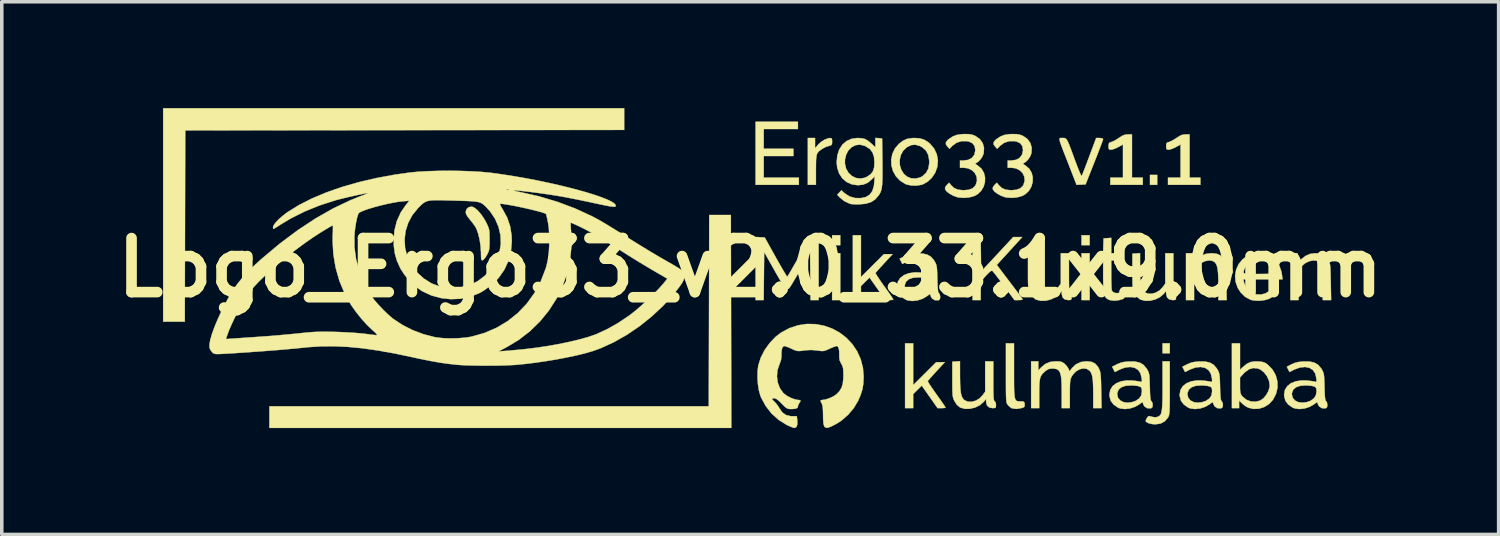
<source format=kicad_pcb>
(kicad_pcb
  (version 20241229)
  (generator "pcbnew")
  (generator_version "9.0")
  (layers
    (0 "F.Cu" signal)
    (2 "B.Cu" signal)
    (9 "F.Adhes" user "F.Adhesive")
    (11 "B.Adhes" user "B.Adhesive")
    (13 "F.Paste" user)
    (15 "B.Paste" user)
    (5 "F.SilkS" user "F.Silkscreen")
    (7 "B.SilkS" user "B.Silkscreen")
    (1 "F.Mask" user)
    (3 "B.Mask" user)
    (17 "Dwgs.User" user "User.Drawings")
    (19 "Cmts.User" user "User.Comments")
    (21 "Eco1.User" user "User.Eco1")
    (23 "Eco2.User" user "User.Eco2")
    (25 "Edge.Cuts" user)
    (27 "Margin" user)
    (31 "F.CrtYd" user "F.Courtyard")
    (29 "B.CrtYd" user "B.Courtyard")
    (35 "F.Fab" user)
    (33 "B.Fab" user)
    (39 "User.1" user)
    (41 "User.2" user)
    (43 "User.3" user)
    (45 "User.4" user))
  (footprint "Logo_Ergo33_v2.0_33.1x9.0mm"
    (layer "F.Cu")
    (at 18.114 4.501)
    (property "Reference" "Logo_Ergo33_v2.0_33.1x9.0mm" (at 0 0 0) (layer "F.SilkS") (effects (font (size 1.524 1.524) (thickness 0.3))))
    (attr through_hole)
    (fp_poly (pts (xy 2.54 -0.635) (xy 2.311 -0.635) (xy 2.311 -0.914) (xy 2.54 -0.914) (xy 2.54 -0.635)) (stroke (width 0.01) (type solid)) (fill yes) (layer "F.SilkS"))
    (fp_poly (pts (xy 2.54 0.914) (xy 2.311 0.914) (xy 2.311 -0.406) (xy 2.54 -0.406) (xy 2.54 0.914)) (stroke (width 0.01) (type solid)) (fill yes) (layer "F.SilkS"))
    (fp_poly (pts (xy 9.576 -0.635) (xy 9.347 -0.635) (xy 9.347 -0.914) (xy 9.576 -0.914) (xy 9.576 -0.635)) (stroke (width 0.01) (type solid)) (fill yes) (layer "F.SilkS"))
    (fp_poly (pts (xy 9.576 0.914) (xy 9.347 0.914) (xy 9.347 -0.406) (xy 9.576 -0.406) (xy 9.576 0.914)) (stroke (width 0.01) (type solid)) (fill yes) (layer "F.SilkS"))
    (fp_poly (pts (xy 11.481 -2.337) (xy 11.278 -2.337) (xy 11.278 -2.616) (xy 11.481 -2.616) (xy 11.481 -2.337)) (stroke (width 0.01) (type solid)) (fill yes) (layer "F.SilkS"))
    (fp_poly (pts (xy 11.836 2.413) (xy 11.633 2.413) (xy 11.633 2.134) (xy 11.836 2.134) (xy 11.836 2.413)) (stroke (width 0.01) (type solid)) (fill yes) (layer "F.SilkS"))
    (fp_poly (pts (xy -0.533 4.521) (xy -13.564 4.521) (xy -13.564 3.912) (xy -1.169 3.912) (xy -1.162 1.213) (xy -1.156 -1.486) (xy -0.546 -1.486) (xy -0.533 4.521)) (stroke (width 0.01) (type solid)) (fill yes) (layer "F.SilkS"))
    (fp_poly (pts (xy -3.556 -3.886) (xy -9.747 -3.88) (xy -15.938 -3.873) (xy -15.945 -1.175) (xy -15.951 1.524) (xy -16.561 1.524) (xy -16.561 -4.496) (xy -3.556 -4.496) (xy -3.556 -3.886)) (stroke (width 0.01) (type solid)) (fill yes) (layer "F.SilkS"))
    (fp_poly (pts (xy 1.346 -3.912) (xy 0.381 -3.912) (xy 0.381 -3.353) (xy 1.219 -3.353) (xy 1.219 -3.15) (xy 0.381 -3.15) (xy 0.381 -2.54) (xy 1.372 -2.54) (xy 1.372 -2.337) (xy 0.152 -2.337) (xy 0.152 -4.115) (xy 1.346 -4.115) (xy 1.346 -3.912)) (stroke (width 0.01) (type solid)) (fill yes) (layer "F.SilkS"))
    (fp_poly (pts (xy 1.829 -3.367) (xy 1.91 -3.465) (xy 1.995 -3.545) (xy 2.098 -3.61) (xy 2.202 -3.65) (xy 2.254 -3.657) (xy 2.291 -3.651) (xy 2.308 -3.621) (xy 2.311 -3.556) (xy 2.307 -3.49) (xy 2.288 -3.457) (xy 2.243 -3.441) (xy 2.242 -3.441) (xy 2.134 -3.407) (xy 2.029 -3.352) (xy 1.943 -3.288) (xy 1.901 -3.239) (xy 1.883 -3.204) (xy 1.871 -3.16) (xy 1.862 -3.098) (xy 1.857 -3.011) (xy 1.855 -2.888) (xy 1.854 -2.75) (xy 1.854 -2.337) (xy 1.626 -2.337) (xy 1.626 -3.658) (xy 1.829 -3.658) (xy 1.829 -3.367)) (stroke (width 0.01) (type solid)) (fill yes) (layer "F.SilkS"))
    (fp_poly (pts (xy 10.77 -2.54) (xy 11.074 -2.54) (xy 11.074 -2.337) (xy 10.16 -2.337) (xy 10.16 -2.54) (xy 10.516 -2.54) (xy 10.516 -3.475) (xy 10.382 -3.402) (xy 10.297 -3.361) (xy 10.219 -3.334) (xy 10.179 -3.328) (xy 10.134 -3.332) (xy 10.114 -3.356) (xy 10.109 -3.414) (xy 10.109 -3.427) (xy 10.114 -3.493) (xy 10.134 -3.526) (xy 10.181 -3.542) (xy 10.183 -3.543) (xy 10.243 -3.566) (xy 10.324 -3.61) (xy 10.4 -3.659) (xy 10.492 -3.718) (xy 10.565 -3.749) (xy 10.639 -3.759) (xy 10.656 -3.759) (xy 10.77 -3.759) (xy 10.77 -2.54)) (stroke (width 0.01) (type solid)) (fill yes) (layer "F.SilkS"))
    (fp_poly (pts (xy 12.395 -2.54) (xy 12.7 -2.54) (xy 12.7 -2.337) (xy 11.786 -2.337) (xy 11.786 -2.54) (xy 12.141 -2.54) (xy 12.141 -3.475) (xy 12.008 -3.402) (xy 11.923 -3.361) (xy 11.845 -3.334) (xy 11.805 -3.328) (xy 11.759 -3.332) (xy 11.74 -3.356) (xy 11.735 -3.414) (xy 11.735 -3.427) (xy 11.739 -3.493) (xy 11.759 -3.526) (xy 11.807 -3.542) (xy 11.809 -3.543) (xy 11.868 -3.566) (xy 11.949 -3.61) (xy 12.026 -3.659) (xy 12.118 -3.718) (xy 12.191 -3.749) (xy 12.265 -3.759) (xy 12.282 -3.759) (xy 12.395 -3.759) (xy 12.395 -2.54)) (stroke (width 0.01) (type solid)) (fill yes) (layer "F.SilkS"))
    (fp_poly (pts (xy 3.124 0.266) (xy 3.448 -0.058) (xy 3.773 -0.381) (xy 4.017 -0.381) (xy 3.78 -0.125) (xy 3.693 -0.03) (xy 3.619 0.052) (xy 3.565 0.114) (xy 3.538 0.148) (xy 3.536 0.152) (xy 3.547 0.178) (xy 3.584 0.239) (xy 3.642 0.326) (xy 3.715 0.433) (xy 3.783 0.529) (xy 3.867 0.646) (xy 3.939 0.749) (xy 3.995 0.83) (xy 4.029 0.883) (xy 4.039 0.9) (xy 4.016 0.908) (xy 3.959 0.914) (xy 3.926 0.914) (xy 3.813 0.914) (xy 3.59 0.597) (xy 3.367 0.28) (xy 3.245 0.399) (xy 3.124 0.519) (xy 3.124 0.914) (xy 2.896 0.914) (xy 2.896 -0.914) (xy 3.124 -0.914) (xy 3.124 0.266)) (stroke (width 0.01) (type solid)) (fill yes) (layer "F.SilkS"))
    (fp_poly (pts (xy 4.597 3.314) (xy 4.922 2.99) (xy 5.246 2.667) (xy 5.49 2.667) (xy 5.253 2.923) (xy 5.166 3.018) (xy 5.093 3.1) (xy 5.039 3.162) (xy 5.011 3.196) (xy 5.009 3.2) (xy 5.02 3.226) (xy 5.057 3.287) (xy 5.115 3.374) (xy 5.188 3.481) (xy 5.256 3.577) (xy 5.34 3.694) (xy 5.412 3.797) (xy 5.468 3.878) (xy 5.502 3.931) (xy 5.512 3.948) (xy 5.489 3.956) (xy 5.432 3.962) (xy 5.399 3.962) (xy 5.286 3.962) (xy 5.063 3.645) (xy 4.84 3.328) (xy 4.719 3.447) (xy 4.597 3.567) (xy 4.597 3.962) (xy 4.369 3.962) (xy 4.369 2.134) (xy 4.597 2.134) (xy 4.597 3.314)) (stroke (width 0.01) (type solid)) (fill yes) (layer "F.SilkS"))
    (fp_poly (pts (xy 6.508 -0.377) (xy 6.515 0.109) (xy 6.968 -0.377) (xy 7.42 -0.864) (xy 7.675 -0.864) (xy 7.316 -0.471) (xy 6.957 -0.078) (xy 7.309 0.387) (xy 7.411 0.521) (xy 7.503 0.643) (xy 7.581 0.746) (xy 7.639 0.825) (xy 7.673 0.872) (xy 7.681 0.883) (xy 7.679 0.903) (xy 7.638 0.912) (xy 7.577 0.914) (xy 7.455 0.914) (xy 7.163 0.519) (xy 7.07 0.394) (xy 6.986 0.282) (xy 6.915 0.191) (xy 6.864 0.126) (xy 6.837 0.094) (xy 6.836 0.094) (xy 6.812 0.086) (xy 6.777 0.102) (xy 6.726 0.148) (xy 6.651 0.226) (xy 6.502 0.388) (xy 6.502 0.914) (xy 6.274 0.914) (xy 6.274 -0.864) (xy 6.501 -0.864) (xy 6.508 -0.377)) (stroke (width 0.01) (type solid)) (fill yes) (layer "F.SilkS"))
    (fp_poly (pts (xy 7.442 2.903) (xy 7.442 3.136) (xy 7.443 3.323) (xy 7.446 3.469) (xy 7.453 3.58) (xy 7.463 3.659) (xy 7.478 3.713) (xy 7.5 3.746) (xy 7.529 3.764) (xy 7.566 3.771) (xy 7.612 3.772) (xy 7.624 3.772) (xy 7.693 3.775) (xy 7.726 3.789) (xy 7.739 3.827) (xy 7.742 3.853) (xy 7.742 3.907) (xy 7.721 3.936) (xy 7.664 3.958) (xy 7.653 3.961) (xy 7.51 3.985) (xy 7.392 3.969) (xy 7.376 3.963) (xy 7.323 3.928) (xy 7.269 3.873) (xy 7.268 3.872) (xy 7.253 3.852) (xy 7.241 3.829) (xy 7.232 3.798) (xy 7.225 3.753) (xy 7.22 3.688) (xy 7.217 3.599) (xy 7.215 3.48) (xy 7.214 3.324) (xy 7.214 3.127) (xy 7.214 2.968) (xy 7.214 2.134) (xy 7.442 2.134) (xy 7.442 2.903)) (stroke (width 0.01) (type solid)) (fill yes) (layer "F.SilkS"))
    (fp_poly (pts (xy 11.836 3.394) (xy 11.836 3.61) (xy 11.836 3.782) (xy 11.834 3.915) (xy 11.831 4.014) (xy 11.826 4.088) (xy 11.819 4.14) (xy 11.81 4.178) (xy 11.798 4.207) (xy 11.784 4.231) (xy 11.693 4.336) (xy 11.575 4.399) (xy 11.428 4.419) (xy 11.427 4.419) (xy 11.334 4.411) (xy 11.252 4.392) (xy 11.22 4.38) (xy 11.17 4.349) (xy 11.155 4.321) (xy 11.172 4.278) (xy 11.192 4.243) (xy 11.222 4.199) (xy 11.255 4.186) (xy 11.309 4.2) (xy 11.323 4.205) (xy 11.419 4.223) (xy 11.488 4.21) (xy 11.528 4.193) (xy 11.56 4.168) (xy 11.585 4.131) (xy 11.603 4.075) (xy 11.616 3.996) (xy 11.625 3.887) (xy 11.63 3.745) (xy 11.633 3.562) (xy 11.633 3.334) (xy 11.633 3.328) (xy 11.633 2.642) (xy 11.836 2.642) (xy 11.836 3.394)) (stroke (width 0.01) (type solid)) (fill yes) (layer "F.SilkS"))
    (fp_poly (pts (xy 0.281 -0.859) (xy 0.41 -0.851) (xy 0.718 -0.298) (xy 0.803 -0.147) (xy 0.881 -0.011) (xy 0.947 0.102) (xy 0.999 0.188) (xy 1.032 0.241) (xy 1.044 0.254) (xy 1.06 0.233) (xy 1.098 0.173) (xy 1.153 0.08) (xy 1.221 -0.039) (xy 1.301 -0.179) (xy 1.372 -0.305) (xy 1.683 -0.864) (xy 1.93 -0.864) (xy 1.93 0.914) (xy 1.703 0.914) (xy 1.696 0.239) (xy 1.689 -0.437) (xy 1.408 0.066) (xy 1.325 0.212) (xy 1.248 0.343) (xy 1.182 0.454) (xy 1.13 0.536) (xy 1.096 0.584) (xy 1.087 0.593) (xy 1.034 0.607) (xy 1.01 0.603) (xy 0.987 0.577) (xy 0.944 0.514) (xy 0.884 0.418) (xy 0.812 0.298) (xy 0.731 0.158) (xy 0.683 0.073) (xy 0.394 -0.443) (xy 0.38 0.914) (xy 0.152 0.914) (xy 0.152 -0.866) (xy 0.281 -0.859)) (stroke (width 0.01) (type solid)) (fill yes) (layer "F.SilkS"))
    (fp_poly (pts (xy -7.834 -1.716) (xy -7.761 -1.678) (xy -7.676 -1.603) (xy -7.588 -1.499) (xy -7.504 -1.376) (xy -7.449 -1.276) (xy -7.408 -1.19) (xy -7.381 -1.124) (xy -7.364 -1.06) (xy -7.356 -0.987) (xy -7.354 -0.887) (xy -7.353 -0.789) (xy -7.354 -0.66) (xy -7.358 -0.569) (xy -7.367 -0.502) (xy -7.384 -0.447) (xy -7.412 -0.389) (xy -7.429 -0.356) (xy -7.476 -0.281) (xy -7.521 -0.227) (xy -7.55 -0.208) (xy -7.571 -0.209) (xy -7.585 -0.228) (xy -7.592 -0.274) (xy -7.594 -0.357) (xy -7.595 -0.426) (xy -7.605 -0.603) (xy -7.632 -0.787) (xy -7.674 -0.959) (xy -7.725 -1.101) (xy -7.736 -1.122) (xy -7.774 -1.184) (xy -7.834 -1.266) (xy -7.902 -1.35) (xy -7.902 -1.351) (xy -7.977 -1.445) (xy -8.016 -1.518) (xy -8.026 -1.572) (xy -8.004 -1.649) (xy -7.947 -1.703) (xy -7.869 -1.721) (xy -7.834 -1.716)) (stroke (width 0.01) (type solid)) (fill yes) (layer "F.SilkS"))
    (fp_poly (pts (xy 12.497 -0.146) (xy 12.601 -0.241) (xy 12.724 -0.334) (xy 12.847 -0.387) (xy 12.988 -0.406) (xy 13.018 -0.406) (xy 13.156 -0.393) (xy 13.259 -0.349) (xy 13.337 -0.269) (xy 13.366 -0.222) (xy 13.385 -0.181) (xy 13.4 -0.139) (xy 13.41 -0.085) (xy 13.418 -0.014) (xy 13.424 0.084) (xy 13.428 0.216) (xy 13.432 0.391) (xy 13.432 0.4) (xy 13.442 0.914) (xy 13.208 0.914) (xy 13.208 0.502) (xy 13.206 0.305) (xy 13.199 0.152) (xy 13.186 0.036) (xy 13.166 -0.05) (xy 13.138 -0.112) (xy 13.105 -0.154) (xy 13.03 -0.196) (xy 12.932 -0.204) (xy 12.825 -0.181) (xy 12.719 -0.131) (xy 12.627 -0.057) (xy 12.587 -0.007) (xy 12.563 0.031) (xy 12.545 0.067) (xy 12.534 0.111) (xy 12.527 0.173) (xy 12.524 0.26) (xy 12.522 0.383) (xy 12.522 0.501) (xy 12.522 0.914) (xy 12.294 0.914) (xy 12.294 -0.406) (xy 12.497 -0.406) (xy 12.497 -0.146)) (stroke (width 0.01) (type solid)) (fill yes) (layer "F.SilkS"))
    (fp_poly (pts (xy 15.443 -0.146) (xy 15.548 -0.241) (xy 15.67 -0.334) (xy 15.793 -0.387) (xy 15.935 -0.406) (xy 15.964 -0.406) (xy 16.102 -0.393) (xy 16.206 -0.349) (xy 16.283 -0.269) (xy 16.312 -0.222) (xy 16.331 -0.181) (xy 16.346 -0.139) (xy 16.357 -0.085) (xy 16.365 -0.014) (xy 16.37 0.084) (xy 16.374 0.216) (xy 16.378 0.391) (xy 16.378 0.4) (xy 16.388 0.914) (xy 16.154 0.914) (xy 16.154 0.502) (xy 16.152 0.305) (xy 16.145 0.152) (xy 16.132 0.036) (xy 16.112 -0.05) (xy 16.084 -0.112) (xy 16.051 -0.154) (xy 15.976 -0.196) (xy 15.879 -0.204) (xy 15.771 -0.181) (xy 15.665 -0.131) (xy 15.573 -0.057) (xy 15.533 -0.007) (xy 15.509 0.031) (xy 15.492 0.067) (xy 15.48 0.111) (xy 15.474 0.173) (xy 15.47 0.26) (xy 15.469 0.383) (xy 15.469 0.501) (xy 15.469 0.914) (xy 15.24 0.914) (xy 15.24 -0.406) (xy 15.443 -0.406) (xy 15.443 -0.146)) (stroke (width 0.01) (type solid)) (fill yes) (layer "F.SilkS"))
    (fp_poly (pts (xy 10.185 -0.406) (xy 10.49 -0.406) (xy 10.49 -0.203) (xy 10.185 -0.203) (xy 10.185 0.201) (xy 10.186 0.342) (xy 10.189 0.467) (xy 10.193 0.566) (xy 10.198 0.63) (xy 10.202 0.648) (xy 10.246 0.697) (xy 10.323 0.719) (xy 10.42 0.71) (xy 10.428 0.708) (xy 10.505 0.697) (xy 10.549 0.72) (xy 10.565 0.784) (xy 10.566 0.807) (xy 10.546 0.862) (xy 10.497 0.891) (xy 10.377 0.922) (xy 10.252 0.93) (xy 10.143 0.914) (xy 10.115 0.903) (xy 10.063 0.874) (xy 10.024 0.835) (xy 9.996 0.779) (xy 9.976 0.699) (xy 9.964 0.59) (xy 9.959 0.443) (xy 9.957 0.253) (xy 9.957 0.244) (xy 9.957 -0.2) (xy 9.874 -0.208) (xy 9.819 -0.218) (xy 9.796 -0.246) (xy 9.792 -0.305) (xy 9.796 -0.365) (xy 9.82 -0.392) (xy 9.873 -0.402) (xy 9.955 -0.409) (xy 9.962 -0.617) (xy 9.97 -0.826) (xy 10.077 -0.833) (xy 10.185 -0.841) (xy 10.185 -0.406)) (stroke (width 0.01) (type solid)) (fill yes) (layer "F.SilkS"))
    (fp_poly (pts (xy 8.8 -3.658) (xy 8.81 -3.658) (xy 8.847 -3.658) (xy 8.877 -3.654) (xy 8.903 -3.641) (xy 8.928 -3.614) (xy 8.956 -3.567) (xy 8.988 -3.494) (xy 9.029 -3.391) (xy 9.081 -3.252) (xy 9.147 -3.071) (xy 9.158 -3.042) (xy 9.212 -2.898) (xy 9.26 -2.774) (xy 9.301 -2.676) (xy 9.331 -2.61) (xy 9.348 -2.585) (xy 9.349 -2.585) (xy 9.363 -2.613) (xy 9.391 -2.682) (xy 9.432 -2.784) (xy 9.481 -2.913) (xy 9.537 -3.061) (xy 9.563 -3.131) (xy 9.76 -3.658) (xy 9.858 -3.658) (xy 9.928 -3.65) (xy 9.956 -3.629) (xy 9.956 -3.626) (xy 9.946 -3.595) (xy 9.921 -3.523) (xy 9.881 -3.417) (xy 9.83 -3.283) (xy 9.77 -3.129) (xy 9.708 -2.972) (xy 9.461 -2.349) (xy 9.334 -2.343) (xy 9.207 -2.336) (xy 8.972 -2.94) (xy 8.892 -3.144) (xy 8.829 -3.305) (xy 8.782 -3.429) (xy 8.75 -3.52) (xy 8.731 -3.583) (xy 8.724 -3.624) (xy 8.729 -3.647) (xy 8.744 -3.657) (xy 8.768 -3.659) (xy 8.8 -3.658)) (stroke (width 0.01) (type solid)) (fill yes) (layer "F.SilkS"))
    (fp_poly (pts (xy 5.918 3.048) (xy 5.921 3.252) (xy 5.929 3.412) (xy 5.943 3.534) (xy 5.965 3.624) (xy 5.997 3.688) (xy 6.038 3.733) (xy 6.039 3.734) (xy 6.134 3.779) (xy 6.245 3.784) (xy 6.361 3.753) (xy 6.469 3.689) (xy 6.556 3.599) (xy 6.629 3.498) (xy 6.629 2.642) (xy 6.858 2.642) (xy 6.858 3.198) (xy 6.858 3.383) (xy 6.86 3.524) (xy 6.863 3.626) (xy 6.869 3.696) (xy 6.876 3.739) (xy 6.887 3.761) (xy 6.896 3.768) (xy 6.925 3.805) (xy 6.934 3.873) (xy 6.931 3.93) (xy 6.912 3.956) (xy 6.862 3.962) (xy 6.834 3.962) (xy 6.74 3.943) (xy 6.68 3.886) (xy 6.655 3.793) (xy 6.655 3.777) (xy 6.655 3.705) (xy 6.586 3.786) (xy 6.48 3.879) (xy 6.348 3.944) (xy 6.203 3.98) (xy 6.06 3.983) (xy 5.932 3.949) (xy 5.918 3.942) (xy 5.829 3.867) (xy 5.766 3.77) (xy 5.744 3.725) (xy 5.728 3.682) (xy 5.716 3.634) (xy 5.709 3.571) (xy 5.705 3.486) (xy 5.703 3.369) (xy 5.702 3.213) (xy 5.702 3.15) (xy 5.702 2.654) (xy 5.81 2.646) (xy 5.918 2.639) (xy 5.918 3.048)) (stroke (width 0.01) (type solid)) (fill yes) (layer "F.SilkS"))
    (fp_poly (pts (xy 8.052 -0.000009) (xy 8.054 0.204) (xy 8.062 0.364) (xy 8.077 0.486) (xy 8.099 0.576) (xy 8.13 0.64) (xy 8.171 0.685) (xy 8.173 0.686) (xy 8.267 0.731) (xy 8.379 0.736) (xy 8.494 0.705) (xy 8.603 0.641) (xy 8.69 0.551) (xy 8.763 0.45) (xy 8.763 -0.406) (xy 8.992 -0.406) (xy 8.992 0.15) (xy 8.992 0.335) (xy 8.994 0.476) (xy 8.997 0.578) (xy 9.002 0.648) (xy 9.01 0.691) (xy 9.02 0.713) (xy 9.03 0.72) (xy 9.059 0.757) (xy 9.068 0.825) (xy 9.065 0.882) (xy 9.046 0.908) (xy 8.996 0.914) (xy 8.968 0.914) (xy 8.874 0.895) (xy 8.813 0.838) (xy 8.789 0.745) (xy 8.788 0.729) (xy 8.788 0.657) (xy 8.72 0.738) (xy 8.614 0.831) (xy 8.482 0.896) (xy 8.337 0.932) (xy 8.194 0.935) (xy 8.066 0.901) (xy 8.051 0.894) (xy 7.962 0.819) (xy 7.899 0.722) (xy 7.878 0.677) (xy 7.861 0.634) (xy 7.85 0.586) (xy 7.843 0.523) (xy 7.838 0.438) (xy 7.836 0.321) (xy 7.836 0.165) (xy 7.836 0.102) (xy 7.836 -0.394) (xy 7.944 -0.402) (xy 8.052 -0.409) (xy 8.052 -0.000009)) (stroke (width 0.01) (type solid)) (fill yes) (layer "F.SilkS"))
    (fp_poly (pts (xy 10.998 -0.000009) (xy 11.001 0.204) (xy 11.009 0.364) (xy 11.023 0.486) (xy 11.045 0.576) (xy 11.077 0.64) (xy 11.118 0.685) (xy 11.119 0.686) (xy 11.214 0.731) (xy 11.325 0.736) (xy 11.441 0.705) (xy 11.549 0.641) (xy 11.636 0.551) (xy 11.709 0.45) (xy 11.709 -0.406) (xy 11.938 -0.406) (xy 11.938 0.15) (xy 11.938 0.335) (xy 11.94 0.476) (xy 11.943 0.578) (xy 11.949 0.648) (xy 11.956 0.691) (xy 11.967 0.713) (xy 11.976 0.72) (xy 12.005 0.757) (xy 12.014 0.825) (xy 12.011 0.882) (xy 11.992 0.908) (xy 11.942 0.914) (xy 11.914 0.914) (xy 11.82 0.895) (xy 11.76 0.838) (xy 11.735 0.745) (xy 11.735 0.729) (xy 11.735 0.657) (xy 11.666 0.738) (xy 11.56 0.831) (xy 11.428 0.896) (xy 11.283 0.932) (xy 11.14 0.935) (xy 11.012 0.901) (xy 10.998 0.894) (xy 10.909 0.819) (xy 10.846 0.722) (xy 10.824 0.677) (xy 10.808 0.634) (xy 10.796 0.586) (xy 10.789 0.523) (xy 10.785 0.438) (xy 10.783 0.321) (xy 10.782 0.165) (xy 10.782 0.102) (xy 10.782 -0.394) (xy 10.89 -0.402) (xy 10.998 -0.409) (xy 10.998 -0.000009)) (stroke (width 0.01) (type solid)) (fill yes) (layer "F.SilkS"))
    (fp_poly (pts (xy 4.786 -3.647) (xy 4.909 -3.61) (xy 5.021 -3.539) (xy 5.075 -3.494) (xy 5.19 -3.357) (xy 5.264 -3.198) (xy 5.295 -3.026) (xy 5.28 -2.85) (xy 5.219 -2.678) (xy 5.218 -2.677) (xy 5.125 -2.537) (xy 5.005 -2.425) (xy 4.871 -2.351) (xy 4.832 -2.338) (xy 4.688 -2.315) (xy 4.54 -2.319) (xy 4.407 -2.348) (xy 4.38 -2.359) (xy 4.228 -2.454) (xy 4.111 -2.578) (xy 4.029 -2.724) (xy 3.984 -2.883) (xy 3.978 -3.039) (xy 4.217 -3.039) (xy 4.221 -2.897) (xy 4.261 -2.762) (xy 4.336 -2.644) (xy 4.417 -2.573) (xy 4.533 -2.523) (xy 4.663 -2.514) (xy 4.79 -2.543) (xy 4.858 -2.579) (xy 4.963 -2.676) (xy 5.027 -2.798) (xy 5.051 -2.95) (xy 5.05 -3.023) (xy 5.023 -3.179) (xy 4.96 -3.302) (xy 4.857 -3.394) (xy 4.782 -3.434) (xy 4.658 -3.469) (xy 4.542 -3.458) (xy 4.421 -3.399) (xy 4.416 -3.396) (xy 4.315 -3.299) (xy 4.248 -3.176) (xy 4.217 -3.039) (xy 3.978 -3.039) (xy 3.978 -3.049) (xy 4.011 -3.212) (xy 4.085 -3.364) (xy 4.196 -3.494) (xy 4.311 -3.582) (xy 4.426 -3.633) (xy 4.562 -3.655) (xy 4.636 -3.658) (xy 4.786 -3.647)) (stroke (width 0.01) (type solid)) (fill yes) (layer "F.SilkS"))
    (fp_poly (pts (xy 13.818 2.88) (xy 13.9 2.802) (xy 14.009 2.713) (xy 14.116 2.663) (xy 14.24 2.645) (xy 14.328 2.646) (xy 14.43 2.655) (xy 14.501 2.673) (xy 14.562 2.707) (xy 14.597 2.734) (xy 14.732 2.872) (xy 14.824 3.031) (xy 14.872 3.205) (xy 14.876 3.384) (xy 14.833 3.562) (xy 14.747 3.727) (xy 14.637 3.846) (xy 14.502 3.931) (xy 14.351 3.979) (xy 14.196 3.985) (xy 14.047 3.948) (xy 14.046 3.947) (xy 13.969 3.904) (xy 13.891 3.844) (xy 13.875 3.829) (xy 13.792 3.749) (xy 13.792 3.962) (xy 13.589 3.962) (xy 13.589 3.098) (xy 13.818 3.098) (xy 13.818 3.325) (xy 13.819 3.436) (xy 13.825 3.51) (xy 13.838 3.561) (xy 13.862 3.603) (xy 13.886 3.634) (xy 13.995 3.725) (xy 14.125 3.775) (xy 14.265 3.781) (xy 14.387 3.749) (xy 14.477 3.688) (xy 14.558 3.592) (xy 14.62 3.478) (xy 14.653 3.36) (xy 14.656 3.317) (xy 14.635 3.188) (xy 14.578 3.062) (xy 14.495 2.953) (xy 14.394 2.874) (xy 14.323 2.844) (xy 14.193 2.831) (xy 14.072 2.866) (xy 13.956 2.95) (xy 13.922 2.984) (xy 13.818 3.098) (xy 13.589 3.098) (xy 13.589 2.134) (xy 13.818 2.134) (xy 13.818 2.88)) (stroke (width 0.01) (type solid)) (fill yes) (layer "F.SilkS"))
    (fp_poly (pts (xy 14.535 -0.385) (xy 14.694 -0.321) (xy 14.823 -0.217) (xy 14.92 -0.075) (xy 14.983 0.103) (xy 15.001 0.199) (xy 15.018 0.33) (xy 13.913 0.33) (xy 13.929 0.41) (xy 13.976 0.537) (xy 14.059 0.646) (xy 14.149 0.712) (xy 14.278 0.754) (xy 14.412 0.758) (xy 14.539 0.725) (xy 14.643 0.659) (xy 14.675 0.624) (xy 14.719 0.579) (xy 14.765 0.569) (xy 14.811 0.578) (xy 14.87 0.6) (xy 14.902 0.626) (xy 14.903 0.628) (xy 14.892 0.664) (xy 14.849 0.718) (xy 14.784 0.779) (xy 14.71 0.836) (xy 14.641 0.877) (xy 14.53 0.912) (xy 14.395 0.931) (xy 14.256 0.931) (xy 14.136 0.911) (xy 14.113 0.904) (xy 13.96 0.821) (xy 13.833 0.695) (xy 13.755 0.573) (xy 13.694 0.403) (xy 13.679 0.228) (xy 13.697 0.126) (xy 13.919 0.126) (xy 13.921 0.145) (xy 13.932 0.158) (xy 13.959 0.168) (xy 14.008 0.173) (xy 14.088 0.176) (xy 14.205 0.178) (xy 14.351 0.178) (xy 14.511 0.177) (xy 14.626 0.175) (xy 14.704 0.171) (xy 14.752 0.164) (xy 14.776 0.154) (xy 14.783 0.14) (xy 14.783 0.139) (xy 14.764 0.055) (xy 14.716 -0.038) (xy 14.649 -0.119) (xy 14.633 -0.134) (xy 14.509 -0.209) (xy 14.374 -0.242) (xy 14.24 -0.229) (xy 14.238 -0.229) (xy 14.13 -0.178) (xy 14.034 -0.1) (xy 13.961 -0.007) (xy 13.923 0.09) (xy 13.919 0.126) (xy 13.697 0.126) (xy 13.708 0.056) (xy 13.78 -0.102) (xy 13.893 -0.238) (xy 13.896 -0.24) (xy 14.018 -0.331) (xy 14.146 -0.384) (xy 14.298 -0.405) (xy 14.349 -0.406) (xy 14.535 -0.385)) (stroke (width 0.01) (type solid)) (fill yes) (layer "F.SilkS"))
    (fp_poly (pts (xy 8.128 2.899) (xy 8.213 2.809) (xy 8.328 2.715) (xy 8.459 2.66) (xy 8.62 2.642) (xy 8.633 2.642) (xy 8.728 2.646) (xy 8.793 2.662) (xy 8.849 2.696) (xy 8.866 2.71) (xy 8.927 2.773) (xy 8.973 2.84) (xy 8.978 2.851) (xy 9.009 2.924) (xy 9.078 2.833) (xy 9.189 2.727) (xy 9.328 2.662) (xy 9.488 2.642) (xy 9.624 2.656) (xy 9.725 2.701) (xy 9.803 2.785) (xy 9.836 2.844) (xy 9.856 2.888) (xy 9.871 2.934) (xy 9.882 2.991) (xy 9.889 3.066) (xy 9.895 3.168) (xy 9.899 3.306) (xy 9.902 3.461) (xy 9.911 3.962) (xy 9.677 3.962) (xy 9.677 3.562) (xy 9.675 3.371) (xy 9.669 3.222) (xy 9.658 3.11) (xy 9.64 3.026) (xy 9.615 2.964) (xy 9.582 2.915) (xy 9.573 2.906) (xy 9.493 2.854) (xy 9.396 2.842) (xy 9.293 2.867) (xy 9.192 2.925) (xy 9.106 3.014) (xy 9.075 3.061) (xy 9.053 3.104) (xy 9.038 3.147) (xy 9.027 3.202) (xy 9.021 3.277) (xy 9.018 3.382) (xy 9.017 3.526) (xy 9.017 3.562) (xy 9.017 3.962) (xy 8.788 3.962) (xy 8.788 3.517) (xy 8.786 3.313) (xy 8.779 3.155) (xy 8.763 3.036) (xy 8.737 2.951) (xy 8.699 2.895) (xy 8.646 2.862) (xy 8.577 2.848) (xy 8.512 2.845) (xy 8.427 2.856) (xy 8.353 2.897) (xy 8.318 2.925) (xy 8.26 2.979) (xy 8.218 3.03) (xy 8.188 3.087) (xy 8.17 3.16) (xy 8.159 3.257) (xy 8.154 3.387) (xy 8.153 3.555) (xy 8.153 3.962) (xy 7.925 3.962) (xy 7.925 2.642) (xy 8.128 2.642) (xy 8.128 2.899)) (stroke (width 0.01) (type solid)) (fill yes) (layer "F.SilkS"))
    (fp_poly (pts (xy 6.164 -3.767) (xy 6.253 -3.753) (xy 6.334 -3.723) (xy 6.355 -3.713) (xy 6.477 -3.628) (xy 6.558 -3.515) (xy 6.596 -3.381) (xy 6.587 -3.233) (xy 6.581 -3.209) (xy 6.547 -3.13) (xy 6.493 -3.051) (xy 6.431 -2.987) (xy 6.372 -2.95) (xy 6.352 -2.946) (xy 6.348 -2.935) (xy 6.381 -2.906) (xy 6.418 -2.883) (xy 6.524 -2.792) (xy 6.592 -2.678) (xy 6.625 -2.549) (xy 6.622 -2.415) (xy 6.585 -2.284) (xy 6.514 -2.166) (xy 6.412 -2.07) (xy 6.324 -2.023) (xy 6.187 -1.984) (xy 6.032 -1.969) (xy 5.885 -1.98) (xy 5.837 -1.99) (xy 5.728 -2.03) (xy 5.628 -2.085) (xy 5.548 -2.145) (xy 5.502 -2.203) (xy 5.498 -2.212) (xy 5.499 -2.266) (xy 5.539 -2.324) (xy 5.546 -2.332) (xy 5.611 -2.397) (xy 5.665 -2.328) (xy 5.751 -2.248) (xy 5.858 -2.201) (xy 5.998 -2.185) (xy 6.02 -2.184) (xy 6.167 -2.198) (xy 6.276 -2.24) (xy 6.349 -2.313) (xy 6.362 -2.336) (xy 6.398 -2.452) (xy 6.388 -2.565) (xy 6.339 -2.667) (xy 6.257 -2.748) (xy 6.147 -2.802) (xy 6.027 -2.819) (xy 5.918 -2.819) (xy 5.918 -3.023) (xy 6.021 -3.023) (xy 6.154 -3.042) (xy 6.256 -3.098) (xy 6.323 -3.187) (xy 6.35 -3.305) (xy 6.35 -3.322) (xy 6.33 -3.431) (xy 6.27 -3.51) (xy 6.169 -3.558) (xy 6.116 -3.569) (xy 5.962 -3.569) (xy 5.822 -3.525) (xy 5.707 -3.441) (xy 5.622 -3.353) (xy 5.567 -3.412) (xy 5.521 -3.477) (xy 5.521 -3.535) (xy 5.567 -3.597) (xy 5.591 -3.618) (xy 5.707 -3.698) (xy 5.832 -3.746) (xy 5.983 -3.767) (xy 6.045 -3.769) (xy 6.164 -3.767)) (stroke (width 0.01) (type solid)) (fill yes) (layer "F.SilkS"))
    (fp_poly (pts (xy 7.51 -3.767) (xy 7.599 -3.753) (xy 7.68 -3.723) (xy 7.702 -3.713) (xy 7.823 -3.628) (xy 7.904 -3.515) (xy 7.942 -3.381) (xy 7.933 -3.233) (xy 7.927 -3.209) (xy 7.893 -3.13) (xy 7.839 -3.051) (xy 7.777 -2.987) (xy 7.718 -2.95) (xy 7.698 -2.946) (xy 7.694 -2.935) (xy 7.727 -2.906) (xy 7.764 -2.883) (xy 7.87 -2.792) (xy 7.939 -2.678) (xy 7.971 -2.549) (xy 7.968 -2.415) (xy 7.931 -2.284) (xy 7.861 -2.166) (xy 7.758 -2.07) (xy 7.67 -2.023) (xy 7.533 -1.984) (xy 7.378 -1.969) (xy 7.231 -1.98) (xy 7.183 -1.99) (xy 7.075 -2.03) (xy 6.974 -2.085) (xy 6.894 -2.145) (xy 6.848 -2.203) (xy 6.845 -2.212) (xy 6.845 -2.266) (xy 6.885 -2.324) (xy 6.892 -2.332) (xy 6.958 -2.397) (xy 7.012 -2.328) (xy 7.097 -2.248) (xy 7.204 -2.201) (xy 7.344 -2.185) (xy 7.366 -2.184) (xy 7.513 -2.198) (xy 7.622 -2.24) (xy 7.695 -2.313) (xy 7.708 -2.336) (xy 7.744 -2.452) (xy 7.734 -2.565) (xy 7.685 -2.667) (xy 7.603 -2.748) (xy 7.493 -2.802) (xy 7.373 -2.819) (xy 7.264 -2.819) (xy 7.264 -3.023) (xy 7.367 -3.023) (xy 7.5 -3.042) (xy 7.602 -3.098) (xy 7.669 -3.187) (xy 7.696 -3.305) (xy 7.696 -3.322) (xy 7.676 -3.431) (xy 7.616 -3.51) (xy 7.515 -3.558) (xy 7.463 -3.569) (xy 7.308 -3.569) (xy 7.168 -3.525) (xy 7.053 -3.441) (xy 6.968 -3.353) (xy 6.913 -3.412) (xy 6.867 -3.477) (xy 6.867 -3.535) (xy 6.913 -3.597) (xy 6.937 -3.618) (xy 7.053 -3.698) (xy 7.178 -3.746) (xy 7.329 -3.767) (xy 7.391 -3.769) (xy 7.51 -3.767)) (stroke (width 0.01) (type solid)) (fill yes) (layer "F.SilkS"))
    (fp_poly (pts (xy 3.626 -3.653) (xy 3.721 -3.645) (xy 3.729 -3.035) (xy 3.731 -2.805) (xy 3.731 -2.619) (xy 3.729 -2.471) (xy 3.723 -2.355) (xy 3.713 -2.265) (xy 3.698 -2.193) (xy 3.678 -2.135) (xy 3.652 -2.083) (xy 3.624 -2.04) (xy 3.527 -1.927) (xy 3.409 -1.85) (xy 3.261 -1.804) (xy 3.09 -1.787) (xy 2.984 -1.786) (xy 2.891 -1.79) (xy 2.827 -1.798) (xy 2.819 -1.8) (xy 2.651 -1.879) (xy 2.529 -1.979) (xy 2.455 -2.057) (xy 2.514 -2.12) (xy 2.573 -2.183) (xy 2.669 -2.096) (xy 2.804 -2.008) (xy 2.963 -1.964) (xy 3.119 -1.962) (xy 3.262 -1.992) (xy 3.37 -2.058) (xy 3.445 -2.16) (xy 3.489 -2.302) (xy 3.499 -2.392) (xy 3.513 -2.578) (xy 3.439 -2.499) (xy 3.32 -2.399) (xy 3.19 -2.343) (xy 3.035 -2.326) (xy 2.867 -2.35) (xy 2.72 -2.416) (xy 2.599 -2.52) (xy 2.509 -2.656) (xy 2.454 -2.82) (xy 2.443 -2.936) (xy 2.672 -2.936) (xy 2.705 -2.792) (xy 2.774 -2.674) (xy 2.869 -2.585) (xy 2.984 -2.53) (xy 3.111 -2.513) (xy 3.241 -2.539) (xy 3.31 -2.573) (xy 3.404 -2.643) (xy 3.464 -2.723) (xy 3.496 -2.825) (xy 3.505 -2.963) (xy 3.505 -2.967) (xy 3.492 -3.129) (xy 3.449 -3.254) (xy 3.372 -3.35) (xy 3.256 -3.424) (xy 3.216 -3.442) (xy 3.09 -3.471) (xy 2.97 -3.455) (xy 2.862 -3.399) (xy 2.772 -3.31) (xy 2.708 -3.192) (xy 2.674 -3.053) (xy 2.672 -2.936) (xy 2.443 -2.936) (xy 2.439 -2.974) (xy 2.458 -3.169) (xy 2.514 -3.337) (xy 2.603 -3.474) (xy 2.723 -3.575) (xy 2.87 -3.638) (xy 3.029 -3.658) (xy 3.149 -3.651) (xy 3.243 -3.627) (xy 3.328 -3.577) (xy 3.416 -3.503) (xy 3.531 -3.397) (xy 3.531 -3.661) (xy 3.626 -3.653)) (stroke (width 0.01) (type solid)) (fill yes) (layer "F.SilkS"))
    (fp_poly (pts (xy 4.861 -0.399) (xy 4.994 -0.369) (xy 5.098 -0.308) (xy 5.182 -0.212) (xy 5.201 -0.182) (xy 5.228 -0.133) (xy 5.247 -0.088) (xy 5.26 -0.035) (xy 5.269 0.035) (xy 5.274 0.133) (xy 5.278 0.268) (xy 5.279 0.318) (xy 5.284 0.474) (xy 5.29 0.585) (xy 5.299 0.659) (xy 5.31 0.702) (xy 5.324 0.719) (xy 5.348 0.756) (xy 5.359 0.819) (xy 5.359 0.824) (xy 5.352 0.885) (xy 5.324 0.913) (xy 5.3 0.92) (xy 5.206 0.916) (xy 5.133 0.871) (xy 5.098 0.815) (xy 5.071 0.741) (xy 4.986 0.805) (xy 4.861 0.878) (xy 4.719 0.924) (xy 4.575 0.94) (xy 4.445 0.924) (xy 4.382 0.9) (xy 4.257 0.814) (xy 4.178 0.71) (xy 4.143 0.582) (xy 4.14 0.528) (xy 4.14 0.526) (xy 4.359 0.526) (xy 4.382 0.623) (xy 4.445 0.699) (xy 4.542 0.747) (xy 4.65 0.762) (xy 4.774 0.747) (xy 4.876 0.712) (xy 4.977 0.644) (xy 5.034 0.561) (xy 5.054 0.453) (xy 5.055 0.438) (xy 5.05 0.367) (xy 5.031 0.328) (xy 4.988 0.303) (xy 4.985 0.302) (xy 4.922 0.287) (xy 4.831 0.277) (xy 4.75 0.273) (xy 4.593 0.285) (xy 4.475 0.326) (xy 4.397 0.394) (xy 4.361 0.489) (xy 4.359 0.526) (xy 4.14 0.526) (xy 4.163 0.401) (xy 4.229 0.295) (xy 4.332 0.213) (xy 4.469 0.158) (xy 4.633 0.133) (xy 4.759 0.135) (xy 4.859 0.144) (xy 4.946 0.156) (xy 5.001 0.167) (xy 5.038 0.175) (xy 5.054 0.163) (xy 5.054 0.119) (xy 5.049 0.068) (xy 5.017 -0.064) (xy 4.953 -0.159) (xy 4.857 -0.221) (xy 4.731 -0.247) (xy 4.587 -0.232) (xy 4.433 -0.176) (xy 4.413 -0.166) (xy 4.293 -0.104) (xy 4.254 -0.178) (xy 4.216 -0.253) (xy 4.349 -0.321) (xy 4.444 -0.362) (xy 4.545 -0.387) (xy 4.672 -0.4) (xy 4.691 -0.401) (xy 4.861 -0.399)) (stroke (width 0.01) (type solid)) (fill yes) (layer "F.SilkS"))
    (fp_poly (pts (xy 10.855 2.649) (xy 10.988 2.679) (xy 11.093 2.74) (xy 11.176 2.836) (xy 11.195 2.866) (xy 11.222 2.915) (xy 11.242 2.96) (xy 11.255 3.013) (xy 11.263 3.083) (xy 11.268 3.181) (xy 11.272 3.316) (xy 11.274 3.365) (xy 11.278 3.522) (xy 11.284 3.633) (xy 11.293 3.707) (xy 11.305 3.75) (xy 11.318 3.767) (xy 11.343 3.804) (xy 11.354 3.867) (xy 11.354 3.872) (xy 11.347 3.933) (xy 11.318 3.961) (xy 11.294 3.968) (xy 11.2 3.964) (xy 11.127 3.919) (xy 11.093 3.863) (xy 11.065 3.789) (xy 10.981 3.853) (xy 10.855 3.926) (xy 10.713 3.972) (xy 10.57 3.988) (xy 10.439 3.972) (xy 10.376 3.948) (xy 10.251 3.862) (xy 10.173 3.758) (xy 10.137 3.63) (xy 10.135 3.576) (xy 10.135 3.574) (xy 10.353 3.574) (xy 10.376 3.671) (xy 10.44 3.747) (xy 10.537 3.795) (xy 10.644 3.81) (xy 10.768 3.795) (xy 10.871 3.76) (xy 10.972 3.692) (xy 11.029 3.609) (xy 11.049 3.501) (xy 11.049 3.486) (xy 11.045 3.415) (xy 11.026 3.376) (xy 10.983 3.351) (xy 10.979 3.35) (xy 10.917 3.335) (xy 10.825 3.325) (xy 10.744 3.321) (xy 10.588 3.333) (xy 10.469 3.374) (xy 10.392 3.442) (xy 10.355 3.537) (xy 10.353 3.574) (xy 10.135 3.574) (xy 10.158 3.449) (xy 10.223 3.343) (xy 10.327 3.261) (xy 10.463 3.206) (xy 10.627 3.181) (xy 10.754 3.183) (xy 10.854 3.192) (xy 10.941 3.204) (xy 10.996 3.215) (xy 11.032 3.223) (xy 11.048 3.211) (xy 11.049 3.167) (xy 11.043 3.116) (xy 11.011 2.984) (xy 10.948 2.889) (xy 10.851 2.827) (xy 10.726 2.801) (xy 10.581 2.816) (xy 10.428 2.872) (xy 10.408 2.882) (xy 10.287 2.944) (xy 10.249 2.87) (xy 10.21 2.795) (xy 10.344 2.727) (xy 10.439 2.686) (xy 10.539 2.661) (xy 10.667 2.648) (xy 10.685 2.647) (xy 10.855 2.649)) (stroke (width 0.01) (type solid)) (fill yes) (layer "F.SilkS"))
    (fp_poly (pts (xy 12.836 2.649) (xy 12.969 2.679) (xy 13.074 2.74) (xy 13.157 2.836) (xy 13.177 2.866) (xy 13.204 2.915) (xy 13.223 2.96) (xy 13.236 3.013) (xy 13.244 3.083) (xy 13.25 3.181) (xy 13.254 3.316) (xy 13.255 3.365) (xy 13.259 3.522) (xy 13.266 3.633) (xy 13.274 3.707) (xy 13.286 3.75) (xy 13.299 3.767) (xy 13.324 3.804) (xy 13.335 3.867) (xy 13.335 3.872) (xy 13.328 3.933) (xy 13.299 3.961) (xy 13.276 3.968) (xy 13.181 3.964) (xy 13.108 3.919) (xy 13.074 3.863) (xy 13.046 3.789) (xy 12.962 3.853) (xy 12.836 3.926) (xy 12.694 3.972) (xy 12.551 3.988) (xy 12.42 3.972) (xy 12.357 3.948) (xy 12.233 3.862) (xy 12.154 3.758) (xy 12.119 3.63) (xy 12.116 3.576) (xy 12.116 3.574) (xy 12.334 3.574) (xy 12.357 3.671) (xy 12.421 3.747) (xy 12.518 3.795) (xy 12.625 3.81) (xy 12.749 3.795) (xy 12.852 3.76) (xy 12.953 3.692) (xy 13.01 3.609) (xy 13.03 3.501) (xy 13.03 3.486) (xy 13.026 3.415) (xy 13.007 3.376) (xy 12.964 3.351) (xy 12.96 3.35) (xy 12.898 3.335) (xy 12.806 3.325) (xy 12.725 3.321) (xy 12.569 3.333) (xy 12.451 3.374) (xy 12.373 3.442) (xy 12.337 3.537) (xy 12.334 3.574) (xy 12.116 3.574) (xy 12.139 3.449) (xy 12.205 3.343) (xy 12.308 3.261) (xy 12.444 3.206) (xy 12.608 3.181) (xy 12.735 3.183) (xy 12.835 3.192) (xy 12.922 3.204) (xy 12.977 3.215) (xy 13.013 3.223) (xy 13.029 3.211) (xy 13.03 3.167) (xy 13.024 3.116) (xy 12.992 2.984) (xy 12.929 2.889) (xy 12.832 2.827) (xy 12.707 2.801) (xy 12.563 2.816) (xy 12.409 2.872) (xy 12.389 2.882) (xy 12.268 2.944) (xy 12.23 2.87) (xy 12.191 2.795) (xy 12.325 2.727) (xy 12.42 2.686) (xy 12.52 2.661) (xy 12.648 2.648) (xy 12.667 2.647) (xy 12.836 2.649)) (stroke (width 0.01) (type solid)) (fill yes) (layer "F.SilkS"))
    (fp_poly (pts (xy 15.783 2.649) (xy 15.916 2.679) (xy 16.02 2.74) (xy 16.104 2.836) (xy 16.123 2.866) (xy 16.15 2.915) (xy 16.169 2.96) (xy 16.182 3.013) (xy 16.191 3.083) (xy 16.196 3.181) (xy 16.2 3.316) (xy 16.201 3.365) (xy 16.206 3.522) (xy 16.212 3.633) (xy 16.221 3.707) (xy 16.232 3.75) (xy 16.246 3.767) (xy 16.27 3.804) (xy 16.281 3.867) (xy 16.281 3.872) (xy 16.274 3.933) (xy 16.246 3.961) (xy 16.222 3.968) (xy 16.128 3.964) (xy 16.055 3.919) (xy 16.02 3.863) (xy 15.993 3.789) (xy 15.908 3.853) (xy 15.783 3.926) (xy 15.641 3.972) (xy 15.497 3.988) (xy 15.367 3.972) (xy 15.304 3.948) (xy 15.179 3.862) (xy 15.1 3.758) (xy 15.065 3.63) (xy 15.062 3.576) (xy 15.062 3.574) (xy 15.281 3.574) (xy 15.304 3.671) (xy 15.367 3.747) (xy 15.464 3.795) (xy 15.572 3.81) (xy 15.696 3.795) (xy 15.798 3.76) (xy 15.899 3.692) (xy 15.956 3.609) (xy 15.976 3.501) (xy 15.977 3.486) (xy 15.972 3.415) (xy 15.953 3.376) (xy 15.91 3.351) (xy 15.907 3.35) (xy 15.844 3.335) (xy 15.753 3.325) (xy 15.672 3.321) (xy 15.515 3.333) (xy 15.397 3.374) (xy 15.319 3.442) (xy 15.283 3.537) (xy 15.281 3.574) (xy 15.062 3.574) (xy 15.085 3.449) (xy 15.151 3.343) (xy 15.254 3.261) (xy 15.391 3.206) (xy 15.555 3.181) (xy 15.681 3.183) (xy 15.781 3.192) (xy 15.868 3.204) (xy 15.923 3.215) (xy 15.96 3.223) (xy 15.976 3.211) (xy 15.976 3.167) (xy 15.971 3.116) (xy 15.939 2.984) (xy 15.875 2.889) (xy 15.779 2.827) (xy 15.653 2.801) (xy 15.509 2.816) (xy 15.355 2.872) (xy 15.335 2.882) (xy 15.215 2.944) (xy 15.176 2.87) (xy 15.138 2.795) (xy 15.271 2.727) (xy 15.366 2.686) (xy 15.467 2.661) (xy 15.594 2.648) (xy 15.613 2.647) (xy 15.783 2.649)) (stroke (width 0.01) (type solid)) (fill yes) (layer "F.SilkS"))
    (fp_poly (pts (xy 1.845 1.593) (xy 2.084 1.638) (xy 2.311 1.718) (xy 2.523 1.833) (xy 2.714 1.98) (xy 2.88 2.156) (xy 3.016 2.358) (xy 3.118 2.585) (xy 3.181 2.833) (xy 3.2 3.077) (xy 3.192 3.27) (xy 3.163 3.44) (xy 3.108 3.609) (xy 3.044 3.755) (xy 2.923 3.959) (xy 2.764 4.148) (xy 2.581 4.309) (xy 2.438 4.401) (xy 2.303 4.472) (xy 2.204 4.512) (xy 2.135 4.517) (xy 2.092 4.483) (xy 2.068 4.408) (xy 2.058 4.288) (xy 2.056 4.182) (xy 2.053 4.027) (xy 2.043 3.918) (xy 2.026 3.849) (xy 2.019 3.835) (xy 1.988 3.774) (xy 1.989 3.743) (xy 2.02 3.734) (xy 2.027 3.734) (xy 2.122 3.72) (xy 2.234 3.683) (xy 2.343 3.633) (xy 2.427 3.577) (xy 2.428 3.576) (xy 2.517 3.485) (xy 2.577 3.387) (xy 2.612 3.271) (xy 2.627 3.125) (xy 2.629 3.048) (xy 2.627 2.929) (xy 2.621 2.847) (xy 2.607 2.787) (xy 2.583 2.734) (xy 2.567 2.707) (xy 2.524 2.617) (xy 2.511 2.521) (xy 2.512 2.485) (xy 2.511 2.357) (xy 2.495 2.267) (xy 2.465 2.217) (xy 2.443 2.21) (xy 2.399 2.22) (xy 2.326 2.248) (xy 2.239 2.286) (xy 2.237 2.287) (xy 2.151 2.326) (xy 2.087 2.347) (xy 2.027 2.353) (xy 1.948 2.345) (xy 1.888 2.336) (xy 1.72 2.321) (xy 1.557 2.33) (xy 1.516 2.336) (xy 1.418 2.35) (xy 1.35 2.352) (xy 1.29 2.34) (xy 1.219 2.312) (xy 1.167 2.287) (xy 1.079 2.248) (xy 1.005 2.221) (xy 0.96 2.21) (xy 0.959 2.21) (xy 0.919 2.234) (xy 0.892 2.303) (xy 0.881 2.415) (xy 0.882 2.477) (xy 0.869 2.605) (xy 0.821 2.737) (xy 0.821 2.737) (xy 0.768 2.897) (xy 0.754 3.069) (xy 0.776 3.239) (xy 0.835 3.396) (xy 0.926 3.527) (xy 0.951 3.552) (xy 1.052 3.626) (xy 1.175 3.686) (xy 1.298 3.725) (xy 1.376 3.734) (xy 1.415 3.743) (xy 1.414 3.774) (xy 1.383 3.821) (xy 1.354 3.877) (xy 1.346 3.914) (xy 1.332 3.954) (xy 1.284 3.977) (xy 1.195 3.987) (xy 1.15 3.988) (xy 1.091 3.985) (xy 1.044 3.972) (xy 0.997 3.941) (xy 0.936 3.884) (xy 0.889 3.835) (xy 0.801 3.75) (xy 0.735 3.701) (xy 0.683 3.683) (xy 0.676 3.683) (xy 0.625 3.688) (xy 0.615 3.708) (xy 0.646 3.747) (xy 0.686 3.783) (xy 0.744 3.847) (xy 0.803 3.93) (xy 0.821 3.962) (xy 0.904 4.082) (xy 1.009 4.157) (xy 1.138 4.189) (xy 1.182 4.191) (xy 1.314 4.191) (xy 1.328 4.311) (xy 1.329 4.423) (xy 1.305 4.493) (xy 1.256 4.521) (xy 1.247 4.521) (xy 1.203 4.51) (xy 1.129 4.481) (xy 1.039 4.44) (xy 1.026 4.434) (xy 0.801 4.293) (xy 0.602 4.114) (xy 0.436 3.901) (xy 0.308 3.664) (xy 0.287 3.613) (xy 0.246 3.467) (xy 0.218 3.291) (xy 0.205 3.102) (xy 0.208 2.919) (xy 0.228 2.761) (xy 0.296 2.543) (xy 0.405 2.328) (xy 0.549 2.126) (xy 0.717 1.95) (xy 0.871 1.832) (xy 1.108 1.705) (xy 1.353 1.625) (xy 1.6 1.588) (xy 1.845 1.593)) (stroke (width 0.01) (type solid)) (fill yes) (layer "F.SilkS"))
    (fp_poly (pts (xy -8.163 -2.729) (xy -7.856 -2.718) (xy -7.572 -2.701) (xy -7.321 -2.677) (xy -7.277 -2.671) (xy -6.963 -2.627) (xy -6.645 -2.577) (xy -6.326 -2.521) (xy -6.012 -2.461) (xy -5.704 -2.396) (xy -5.407 -2.33) (xy -5.124 -2.261) (xy -4.859 -2.192) (xy -4.615 -2.123) (xy -4.395 -2.055) (xy -4.205 -1.989) (xy -4.046 -1.927) (xy -3.922 -1.869) (xy -3.837 -1.815) (xy -3.795 -1.768) (xy -3.8 -1.728) (xy -3.804 -1.723) (xy -3.831 -1.717) (xy -3.894 -1.722) (xy -3.995 -1.738) (xy -4.137 -1.766) (xy -4.324 -1.805) (xy -4.411 -1.824) (xy -4.607 -1.866) (xy -4.814 -1.909) (xy -5.018 -1.95) (xy -5.205 -1.986) (xy -5.36 -2.014) (xy -5.384 -2.018) (xy -5.554 -2.046) (xy -5.725 -2.072) (xy -5.895 -2.096) (xy -6.059 -2.118) (xy -6.212 -2.137) (xy -6.35 -2.154) (xy -6.469 -2.166) (xy -6.566 -2.175) (xy -6.634 -2.18) (xy -6.672 -2.179) (xy -6.673 -2.173) (xy -6.635 -2.162) (xy -6.552 -2.144) (xy -6.5 -2.134) (xy -5.968 -2.015) (xy -5.444 -1.859) (xy -4.939 -1.67) (xy -4.464 -1.451) (xy -4.266 -1.346) (xy -4.18 -1.296) (xy -4.061 -1.225) (xy -3.916 -1.136) (xy -3.756 -1.037) (xy -3.589 -0.933) (xy -3.473 -0.859) (xy -3.289 -0.743) (xy -3.09 -0.62) (xy -2.887 -0.496) (xy -2.695 -0.381) (xy -2.527 -0.282) (xy -2.464 -0.246) (xy -2.284 -0.143) (xy -2.143 -0.062) (xy -2.037 0.003) (xy -1.961 0.053) (xy -1.91 0.094) (xy -1.878 0.129) (xy -1.861 0.162) (xy -1.855 0.197) (xy -1.854 0.232) (xy -1.861 0.292) (xy -1.883 0.358) (xy -1.925 0.435) (xy -1.99 0.531) (xy -2.084 0.652) (xy -2.176 0.766) (xy -2.462 1.081) (xy -2.78 1.378) (xy -3.123 1.652) (xy -3.483 1.896) (xy -3.851 2.104) (xy -4.22 2.273) (xy -4.433 2.35) (xy -4.637 2.41) (xy -4.883 2.471) (xy -5.159 2.53) (xy -5.457 2.587) (xy -5.765 2.638) (xy -6.075 2.683) (xy -6.376 2.719) (xy -6.612 2.742) (xy -6.766 2.751) (xy -6.956 2.758) (xy -7.17 2.763) (xy -7.398 2.764) (xy -7.626 2.764) (xy -7.844 2.76) (xy -8.041 2.754) (xy -8.204 2.745) (xy -8.268 2.74) (xy -8.514 2.713) (xy -8.768 2.677) (xy -9.04 2.628) (xy -9.342 2.567) (xy -9.525 2.527) (xy -10.033 2.42) (xy -10.354 2.362) (xy -7.099 2.362) (xy -6.896 2.348) (xy -6.791 2.34) (xy -6.654 2.327) (xy -6.5 2.312) (xy -6.348 2.297) (xy -6.337 2.296) (xy -6.02 2.257) (xy -5.701 2.209) (xy -5.389 2.153) (xy -5.091 2.091) (xy -4.817 2.025) (xy -4.576 1.958) (xy -4.375 1.889) (xy -4.343 1.877) (xy -4.042 1.739) (xy -3.732 1.564) (xy -3.431 1.363) (xy -3.366 1.315) (xy -3.221 1.2) (xy -3.06 1.06) (xy -2.892 0.907) (xy -2.73 0.75) (xy -2.584 0.6) (xy -2.465 0.468) (xy -2.443 0.441) (xy -2.337 0.311) (xy -2.753 0.069) (xy -2.92 -0.03) (xy -3.105 -0.141) (xy -3.29 -0.255) (xy -3.459 -0.36) (xy -3.534 -0.408) (xy -3.793 -0.573) (xy -4.016 -0.713) (xy -4.21 -0.831) (xy -4.38 -0.931) (xy -4.534 -1.017) (xy -4.676 -1.092) (xy -4.764 -1.136) (xy -4.874 -1.189) (xy -4.967 -1.231) (xy -5.033 -1.259) (xy -5.064 -1.268) (xy -5.065 -1.268) (xy -5.067 -1.24) (xy -5.064 -1.172) (xy -5.058 -1.077) (xy -5.052 -1.003) (xy -5.043 -0.608) (xy -5.082 -0.219) (xy -5.167 0.162) (xy -5.297 0.53) (xy -5.469 0.881) (xy -5.681 1.211) (xy -5.931 1.517) (xy -6.216 1.795) (xy -6.534 2.04) (xy -6.87 2.242) (xy -7.099 2.362) (xy -10.354 2.362) (xy -10.502 2.336) (xy -10.938 2.274) (xy -11.347 2.235) (xy -11.736 2.217) (xy -12.11 2.22) (xy -12.476 2.243) (xy -12.611 2.257) (xy -12.8 2.277) (xy -13.032 2.298) (xy -13.297 2.321) (xy -13.589 2.344) (xy -13.898 2.367) (xy -14.217 2.39) (xy -14.537 2.411) (xy -14.816 2.428) (xy -14.944 2.435) (xy -15.031 2.437) (xy -15.089 2.434) (xy -15.127 2.424) (xy -15.156 2.406) (xy -15.176 2.388) (xy -15.225 2.325) (xy -15.253 2.261) (xy -15.255 2.168) (xy -15.232 2.037) (xy -15.225 2.014) (xy -14.789 2.014) (xy -14.538 1.997) (xy -14.434 1.99) (xy -14.292 1.98) (xy -14.124 1.968) (xy -13.943 1.956) (xy -13.761 1.943) (xy -13.741 1.942) (xy -13.537 1.927) (xy -13.311 1.908) (xy -13.08 1.887) (xy -12.866 1.867) (xy -12.713 1.851) (xy -12.52 1.831) (xy -12.354 1.817) (xy -12.198 1.809) (xy -12.036 1.807) (xy -11.851 1.809) (xy -11.697 1.812) (xy -11.513 1.819) (xy -11.325 1.829) (xy -11.146 1.84) (xy -10.989 1.853) (xy -10.871 1.866) (xy -10.751 1.881) (xy -10.647 1.894) (xy -10.57 1.902) (xy -10.534 1.905) (xy -10.529 1.89) (xy -10.562 1.849) (xy -10.632 1.782) (xy -10.664 1.755) (xy -10.808 1.617) (xy -10.961 1.448) (xy -11.111 1.262) (xy -11.246 1.073) (xy -11.258 1.054) (xy -11.441 0.729) (xy -11.588 0.376) (xy -11.695 0.003) (xy -11.76 -0.38) (xy -11.781 -0.764) (xy -11.779 -0.883) (xy -11.778 -0.913) (xy -11.166 -0.913) (xy -11.165 -0.58) (xy -11.119 -0.239) (xy -11.029 0.1) (xy -10.899 0.428) (xy -10.731 0.735) (xy -10.702 0.78) (xy -10.61 0.904) (xy -10.49 1.044) (xy -10.353 1.188) (xy -10.214 1.323) (xy -10.084 1.434) (xy -10.064 1.449) (xy -9.809 1.617) (xy -9.523 1.762) (xy -9.219 1.877) (xy -8.915 1.956) (xy -8.843 1.969) (xy -8.665 1.989) (xy -8.458 1.996) (xy -8.243 1.991) (xy -8.039 1.974) (xy -7.865 1.947) (xy -7.861 1.946) (xy -7.493 1.841) (xy -7.151 1.693) (xy -6.837 1.505) (xy -6.554 1.278) (xy -6.303 1.015) (xy -6.088 0.717) (xy -5.91 0.388) (xy -5.771 0.029) (xy -5.747 -0.051) (xy -5.707 -0.233) (xy -5.68 -0.448) (xy -5.667 -0.681) (xy -5.668 -0.913) (xy -5.683 -1.131) (xy -5.7 -1.249) (xy -5.721 -1.356) (xy -5.74 -1.444) (xy -5.755 -1.502) (xy -5.761 -1.516) (xy -5.793 -1.533) (xy -5.866 -1.558) (xy -5.974 -1.588) (xy -6.106 -1.622) (xy -6.255 -1.658) (xy -6.413 -1.693) (xy -6.571 -1.727) (xy -6.722 -1.756) (xy -6.856 -1.78) (xy -6.965 -1.796) (xy -7.042 -1.803) (xy -7.05 -1.803) (xy -7.058 -1.784) (xy -7.034 -1.728) (xy -6.985 -1.648) (xy -6.858 -1.416) (xy -6.775 -1.177) (xy -6.733 -0.92) (xy -6.725 -0.749) (xy -6.749 -0.465) (xy -6.819 -0.195) (xy -6.934 0.055) (xy -7.092 0.282) (xy -7.289 0.482) (xy -7.524 0.652) (xy -7.652 0.723) (xy -7.902 0.822) (xy -8.17 0.877) (xy -8.446 0.889) (xy -8.723 0.858) (xy -8.991 0.785) (xy -9.243 0.669) (xy -9.266 0.656) (xy -9.435 0.535) (xy -9.601 0.381) (xy -9.749 0.206) (xy -9.865 0.028) (xy -9.874 0.01) (xy -9.966 -0.194) (xy -10.024 -0.393) (xy -10.053 -0.606) (xy -10.058 -0.763) (xy -10.056 -0.794) (xy -9.751 -0.794) (xy -9.736 -0.555) (xy -9.677 -0.322) (xy -9.574 -0.1) (xy -9.427 0.104) (xy -9.403 0.131) (xy -9.203 0.311) (xy -8.983 0.447) (xy -8.744 0.536) (xy -8.491 0.578) (xy -8.227 0.57) (xy -8.139 0.557) (xy -7.904 0.49) (xy -7.684 0.378) (xy -7.486 0.228) (xy -7.316 0.046) (xy -7.18 -0.163) (xy -7.085 -0.392) (xy -7.073 -0.435) (xy -7.035 -0.673) (xy -7.045 -0.914) (xy -7.1 -1.152) (xy -7.198 -1.379) (xy -7.337 -1.587) (xy -7.432 -1.692) (xy -7.48 -1.741) (xy -7.523 -1.78) (xy -7.566 -1.811) (xy -7.614 -1.834) (xy -7.674 -1.852) (xy -7.753 -1.865) (xy -7.856 -1.874) (xy -7.99 -1.881) (xy -8.161 -1.887) (xy -8.374 -1.893) (xy -8.446 -1.895) (xy -8.651 -1.901) (xy -8.813 -1.904) (xy -8.94 -1.902) (xy -9.037 -1.893) (xy -9.114 -1.877) (xy -9.176 -1.85) (xy -9.233 -1.812) (xy -9.29 -1.761) (xy -9.356 -1.695) (xy -9.373 -1.678) (xy -9.533 -1.48) (xy -9.649 -1.263) (xy -9.722 -1.032) (xy -9.751 -0.794) (xy -10.056 -0.794) (xy -10.036 -1.051) (xy -9.968 -1.316) (xy -9.855 -1.563) (xy -9.723 -1.756) (xy -9.619 -1.888) (xy -9.812 -1.871) (xy -9.945 -1.855) (xy -10.1 -1.828) (xy -10.267 -1.793) (xy -10.438 -1.752) (xy -10.604 -1.708) (xy -10.755 -1.663) (xy -10.884 -1.618) (xy -10.981 -1.578) (xy -11.038 -1.543) (xy -11.04 -1.541) (xy -11.065 -1.494) (xy -11.091 -1.406) (xy -11.117 -1.288) (xy -11.14 -1.151) (xy -11.158 -1.005) (xy -11.166 -0.913) (xy -11.778 -0.913) (xy -11.774 -1.002) (xy -11.772 -1.1) (xy -11.772 -1.167) (xy -11.774 -1.194) (xy -11.774 -1.194) (xy -11.803 -1.181) (xy -11.866 -1.146) (xy -11.954 -1.094) (xy -12.057 -1.031) (xy -12.167 -0.962) (xy -12.275 -0.892) (xy -12.332 -0.855) (xy -12.561 -0.696) (xy -12.797 -0.522) (xy -13.034 -0.338) (xy -13.264 -0.149) (xy -13.483 0.039) (xy -13.684 0.221) (xy -13.86 0.391) (xy -14.005 0.545) (xy -14.111 0.672) (xy -14.209 0.815) (xy -14.316 0.99) (xy -14.425 1.186) (xy -14.531 1.389) (xy -14.626 1.589) (xy -14.706 1.773) (xy -14.763 1.93) (xy -14.771 1.953) (xy -14.789 2.014) (xy -15.225 2.014) (xy -15.185 1.872) (xy -15.115 1.679) (xy -15.024 1.461) (xy -14.915 1.224) (xy -14.86 1.113) (xy -14.732 0.871) (xy -14.606 0.658) (xy -14.472 0.465) (xy -14.325 0.282) (xy -14.156 0.1) (xy -13.956 -0.093) (xy -13.781 -0.251) (xy -13.275 -0.675) (xy -12.77 -1.053) (xy -12.269 -1.384) (xy -11.772 -1.667) (xy -11.282 -1.901) (xy -11.024 -2.005) (xy -10.919 -2.045) (xy -10.837 -2.078) (xy -10.785 -2.1) (xy -10.772 -2.107) (xy -10.812 -2.103) (xy -10.892 -2.088) (xy -11.001 -2.066) (xy -11.13 -2.038) (xy -11.27 -2.007) (xy -11.41 -1.974) (xy -11.541 -1.942) (xy -11.653 -1.914) (xy -11.697 -1.902) (xy -12.14 -1.759) (xy -12.561 -1.589) (xy -12.952 -1.394) (xy -13.228 -1.229) (xy -13.318 -1.171) (xy -13.392 -1.125) (xy -13.439 -1.098) (xy -13.45 -1.092) (xy -13.46 -1.114) (xy -13.462 -1.144) (xy -13.442 -1.198) (xy -13.387 -1.273) (xy -13.304 -1.36) (xy -13.2 -1.453) (xy -13.084 -1.544) (xy -13.048 -1.569) (xy -12.727 -1.768) (xy -12.361 -1.953) (xy -11.955 -2.123) (xy -11.751 -2.194) (xy -6.887 -2.194) (xy -6.853 -2.19) (xy -6.845 -2.189) (xy -6.802 -2.192) (xy -6.798 -2.2) (xy -6.8 -2.201) (xy -6.851 -2.206) (xy -6.877 -2.202) (xy -6.887 -2.194) (xy -11.751 -2.194) (xy -11.513 -2.277) (xy -11.04 -2.413) (xy -10.541 -2.529) (xy -10.019 -2.625) (xy -9.601 -2.684) (xy -9.366 -2.707) (xy -9.092 -2.722) (xy -8.793 -2.731) (xy -8.479 -2.734) (xy -8.163 -2.729)) (stroke (width 0.01) (type solid)) (fill yes) (layer "F.SilkS")))
  (gr_rect
    (start -3 -3)
    (end 39.228 12.027)
    (stroke (width 0.1) (type default))
    (fill no)
    (layer "Edge.Cuts")))
</source>
